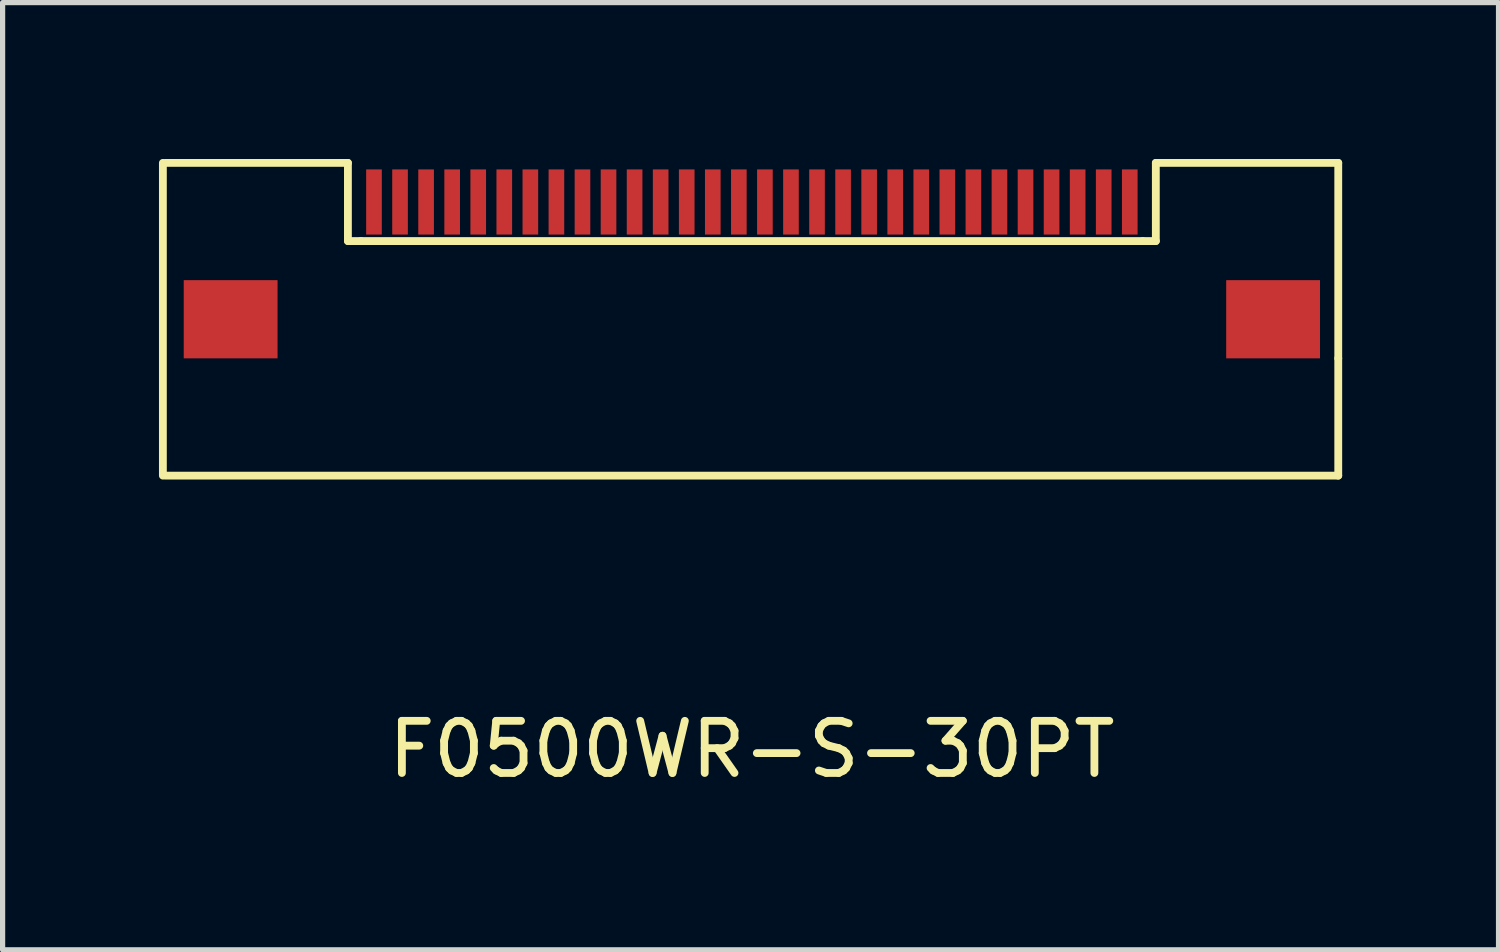
<source format=kicad_pcb>
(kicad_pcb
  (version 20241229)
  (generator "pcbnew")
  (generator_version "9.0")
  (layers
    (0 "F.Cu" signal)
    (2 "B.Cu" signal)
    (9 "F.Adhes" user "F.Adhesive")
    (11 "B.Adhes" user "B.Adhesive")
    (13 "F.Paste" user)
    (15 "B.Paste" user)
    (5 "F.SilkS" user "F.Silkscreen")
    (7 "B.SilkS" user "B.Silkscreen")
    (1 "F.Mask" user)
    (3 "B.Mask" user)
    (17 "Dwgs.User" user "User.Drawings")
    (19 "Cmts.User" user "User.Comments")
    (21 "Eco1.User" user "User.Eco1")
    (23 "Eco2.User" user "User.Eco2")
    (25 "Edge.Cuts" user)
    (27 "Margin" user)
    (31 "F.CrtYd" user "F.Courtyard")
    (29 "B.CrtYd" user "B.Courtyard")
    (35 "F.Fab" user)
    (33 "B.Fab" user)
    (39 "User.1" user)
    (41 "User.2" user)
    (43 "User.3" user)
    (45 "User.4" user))
  (footprint "F0500WR-S-30PT"
    (layer "F.Cu")
    (at 11.375 0.825)
    (property "Reference" "F0500WR-S-30PT" (at 0 10.5 0) (layer "F.SilkS") (effects (font (size 1 1) (thickness 0.15))))
    (attr smd)
    (fp_line (start -11.3 5.25) (end -11.3 -0.75) (stroke (width 0.15) (type solid)) (layer "F.SilkS"))
    (fp_line (start -11.25 -0.75) (end -7.75 -0.75) (stroke (width 0.15) (type solid)) (layer "F.SilkS"))
    (fp_line (start -7.75 -0.75) (end -7.75 0.75) (stroke (width 0.15) (type solid)) (layer "F.SilkS"))
    (fp_line (start -7.75 0.75) (end -7.5 0.75) (stroke (width 0.15) (type solid)) (layer "F.SilkS"))
    (fp_line (start -7.5 0.75) (end 7.5 0.75) (stroke (width 0.15) (type solid)) (layer "F.SilkS"))
    (fp_line (start 7.5 0.75) (end 7.75 0.75) (stroke (width 0.15) (type solid)) (layer "F.SilkS"))
    (fp_line (start 7.75 -0.75) (end 11.25 -0.75) (stroke (width 0.15) (type solid)) (layer "F.SilkS"))
    (fp_line (start 7.75 0.75) (end 7.75 -0.75) (stroke (width 0.15) (type solid)) (layer "F.SilkS"))
    (fp_line (start 11.25 -0.75) (end 11.25 3) (stroke (width 0.15) (type solid)) (layer "F.SilkS"))
    (fp_line (start 11.25 3) (end 11.25 5.25) (stroke (width 0.15) (type solid)) (layer "F.SilkS"))
    (fp_line (start 11.25 5.25) (end -11.25 5.25) (stroke (width 0.15) (type solid)) (layer "F.SilkS"))
    (pad "0" smd rect (at -10 2.25) (size 1.8 1.5) (layers "F.Cu" "F.Mask" "F.Paste"))
    (pad "0" smd rect (at 10 2.25) (size 1.8 1.5) (layers "F.Cu" "F.Mask" "F.Paste"))
    (pad "1" smd rect (at -7.25 0) (size 0.3 1.25) (layers "F.Cu" "F.Mask" "F.Paste"))
    (pad "2" smd rect (at -6.75 0) (size 0.3 1.25) (layers "F.Cu" "F.Mask" "F.Paste"))
    (pad "3" smd rect (at -6.25 0) (size 0.3 1.25) (layers "F.Cu" "F.Mask" "F.Paste"))
    (pad "4" smd rect (at -5.75 0) (size 0.3 1.25) (layers "F.Cu" "F.Mask" "F.Paste"))
    (pad "5" smd rect (at -5.25 0) (size 0.3 1.25) (layers "F.Cu" "F.Mask" "F.Paste"))
    (pad "6" smd rect (at -4.75 0) (size 0.3 1.25) (layers "F.Cu" "F.Mask" "F.Paste"))
    (pad "7" smd rect (at -4.25 0) (size 0.3 1.25) (layers "F.Cu" "F.Mask" "F.Paste"))
    (pad "8" smd rect (at -3.75 0) (size 0.3 1.25) (layers "F.Cu" "F.Mask" "F.Paste"))
    (pad "9" smd rect (at -3.25 0) (size 0.3 1.25) (layers "F.Cu" "F.Mask" "F.Paste"))
    (pad "10" smd rect (at -2.75 0) (size 0.3 1.25) (layers "F.Cu" "F.Mask" "F.Paste"))
    (pad "11" smd rect (at -2.25 0) (size 0.3 1.25) (layers "F.Cu" "F.Mask" "F.Paste"))
    (pad "12" smd rect (at -1.75 0) (size 0.3 1.25) (layers "F.Cu" "F.Mask" "F.Paste"))
    (pad "13" smd rect (at -1.25 0) (size 0.3 1.25) (layers "F.Cu" "F.Mask" "F.Paste"))
    (pad "14" smd rect (at -0.75 0) (size 0.3 1.25) (layers "F.Cu" "F.Mask" "F.Paste"))
    (pad "15" smd rect (at -0.25 0) (size 0.3 1.25) (layers "F.Cu" "F.Mask" "F.Paste"))
    (pad "16" smd rect (at 0.25 0) (size 0.3 1.25) (layers "F.Cu" "F.Mask" "F.Paste"))
    (pad "17" smd rect (at 0.75 0) (size 0.3 1.25) (layers "F.Cu" "F.Mask" "F.Paste"))
    (pad "18" smd rect (at 1.25 0) (size 0.3 1.25) (layers "F.Cu" "F.Mask" "F.Paste"))
    (pad "19" smd rect (at 1.75 0) (size 0.3 1.25) (layers "F.Cu" "F.Mask" "F.Paste"))
    (pad "20" smd rect (at 2.25 0) (size 0.3 1.25) (layers "F.Cu" "F.Mask" "F.Paste"))
    (pad "21" smd rect (at 2.75 0) (size 0.3 1.25) (layers "F.Cu" "F.Mask" "F.Paste"))
    (pad "22" smd rect (at 3.25 0) (size 0.3 1.25) (layers "F.Cu" "F.Mask" "F.Paste"))
    (pad "23" smd rect (at 3.75 0) (size 0.3 1.25) (layers "F.Cu" "F.Mask" "F.Paste"))
    (pad "24" smd rect (at 4.25 0) (size 0.3 1.25) (layers "F.Cu" "F.Mask" "F.Paste"))
    (pad "25" smd rect (at 4.75 0) (size 0.3 1.25) (layers "F.Cu" "F.Mask" "F.Paste"))
    (pad "26" smd rect (at 5.25 0) (size 0.3 1.25) (layers "F.Cu" "F.Mask" "F.Paste"))
    (pad "27" smd rect (at 5.75 0) (size 0.3 1.25) (layers "F.Cu" "F.Mask" "F.Paste"))
    (pad "28" smd rect (at 6.25 0) (size 0.3 1.25) (layers "F.Cu" "F.Mask" "F.Paste"))
    (pad "29" smd rect (at 6.75 0) (size 0.3 1.25) (layers "F.Cu" "F.Mask" "F.Paste"))
    (pad "30" smd rect (at 7.25 0) (size 0.3 1.25) (layers "F.Cu" "F.Mask" "F.Paste")))
  (gr_rect
    (start -3 -3)
    (end 25.7 15.173)
    (stroke (width 0.1) (type default))
    (fill no)
    (layer "Edge.Cuts")))
</source>
